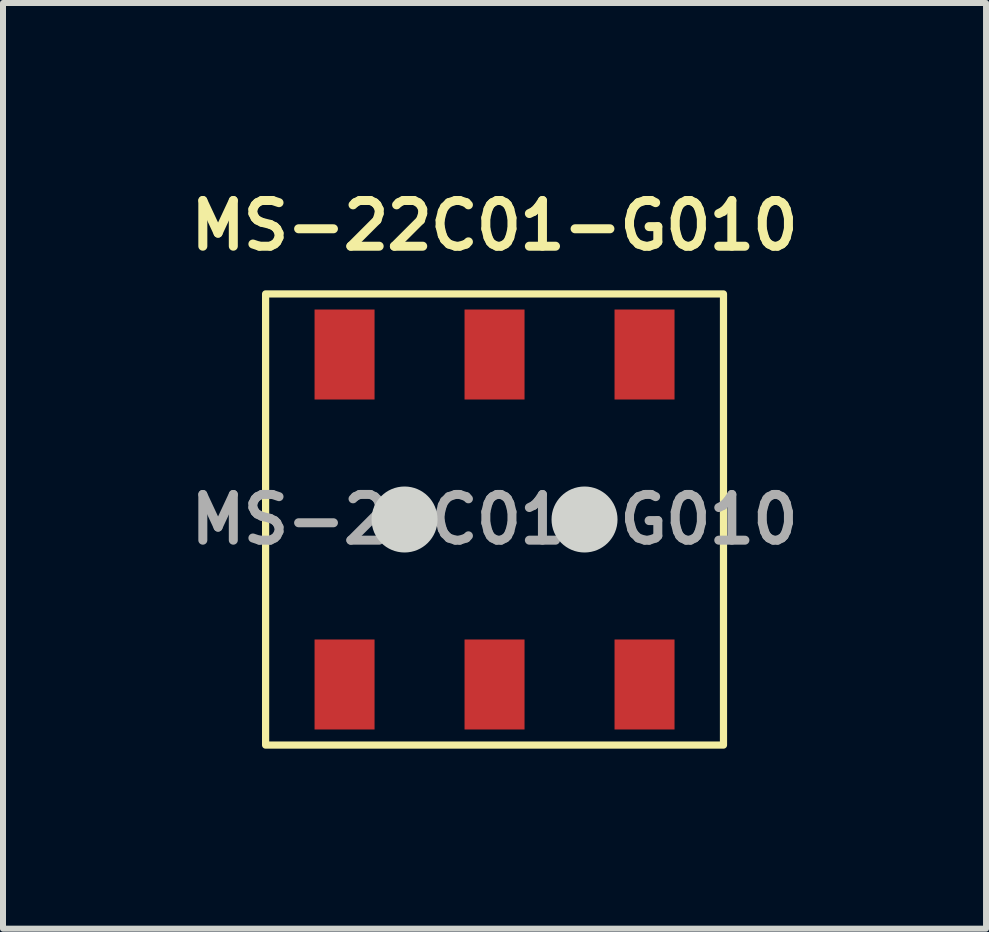
<source format=kicad_pcb>
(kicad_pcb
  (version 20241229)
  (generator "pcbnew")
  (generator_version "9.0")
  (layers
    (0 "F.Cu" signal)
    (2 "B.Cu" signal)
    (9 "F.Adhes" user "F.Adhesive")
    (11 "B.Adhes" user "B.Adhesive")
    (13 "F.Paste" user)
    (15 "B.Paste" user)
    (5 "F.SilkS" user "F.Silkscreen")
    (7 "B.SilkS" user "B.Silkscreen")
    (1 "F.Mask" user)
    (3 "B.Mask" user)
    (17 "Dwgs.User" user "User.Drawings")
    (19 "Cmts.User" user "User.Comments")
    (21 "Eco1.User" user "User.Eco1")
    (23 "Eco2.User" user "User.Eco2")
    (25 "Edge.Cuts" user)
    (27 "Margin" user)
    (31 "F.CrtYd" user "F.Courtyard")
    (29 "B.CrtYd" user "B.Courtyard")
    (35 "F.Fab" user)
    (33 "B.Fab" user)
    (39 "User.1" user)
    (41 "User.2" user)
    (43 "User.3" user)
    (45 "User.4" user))
  (footprint "MS-22C01-G010"
    (layer "F.Cu")
    (at 5.193 5.609)
    (property "Reference" "MS-22C01-G010" (at 0 -4.9 0) (unlocked yes) (layer "F.SilkS") (effects (font (size 0.762 0.762) (thickness 0.15))))
    (fp_rect (start -3.816 3.76) (end 3.816 -3.76) (stroke (width 0.12) (type default)) (fill no) (layer "F.SilkS"))
    (fp_circle (center -1.5 0) (end -1 0) (stroke (width 0.1) (type default)) (fill yes) (layer "Edge.Cuts"))
    (fp_circle (center 1.5 0) (end 2 0) (stroke (width 0.1) (type default)) (fill yes) (layer "Edge.Cuts"))
    (fp_text user "${REFERENCE}" (at 0 0 0) (layer "F.Fab") (effects (font (size 0.762 0.762) (thickness 0.15))))
    (pad "1" smd rect (at -2.5 -2.75) (size 1 1.5) (layers "F.Cu" "F.Mask" "F.Paste"))
    (pad "2" smd rect (at 0 -2.75) (size 1 1.5) (layers "F.Cu" "F.Mask" "F.Paste"))
    (pad "3" smd rect (at 2.5 -2.75) (size 1 1.5) (layers "F.Cu" "F.Mask" "F.Paste"))
    (pad "4" smd rect (at -2.5 2.75) (size 1 1.5) (layers "F.Cu" "F.Mask" "F.Paste"))
    (pad "5" smd rect (at 0 2.75) (size 1 1.5) (layers "F.Cu" "F.Mask" "F.Paste"))
    (pad "6" smd rect (at 2.5 2.75) (size 1 1.5) (layers "F.Cu" "F.Mask" "F.Paste")))
  (gr_rect
    (start -3 -3)
    (end 13.385 12.429)
    (stroke (width 0.1) (type default))
    (fill no)
    (layer "Edge.Cuts")))
</source>
